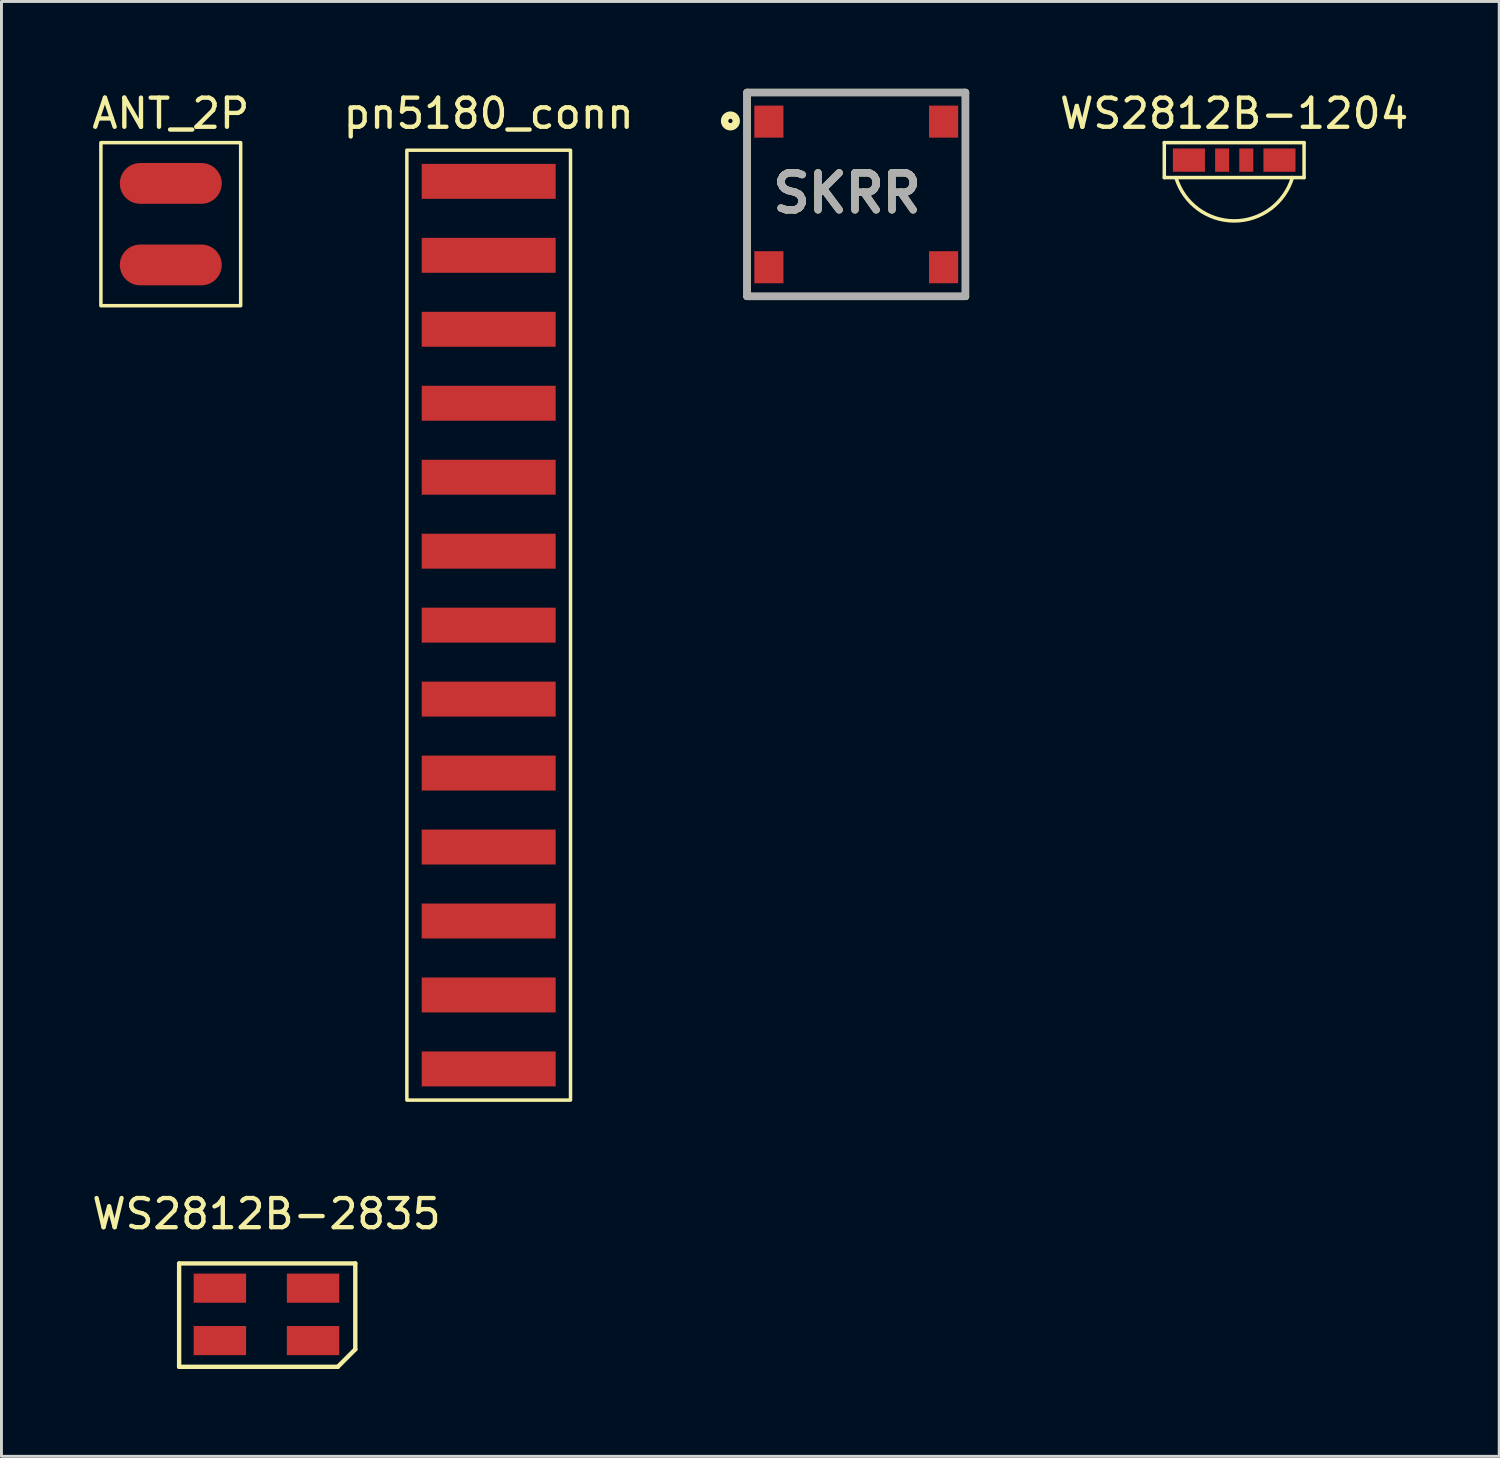
<source format=kicad_pcb>
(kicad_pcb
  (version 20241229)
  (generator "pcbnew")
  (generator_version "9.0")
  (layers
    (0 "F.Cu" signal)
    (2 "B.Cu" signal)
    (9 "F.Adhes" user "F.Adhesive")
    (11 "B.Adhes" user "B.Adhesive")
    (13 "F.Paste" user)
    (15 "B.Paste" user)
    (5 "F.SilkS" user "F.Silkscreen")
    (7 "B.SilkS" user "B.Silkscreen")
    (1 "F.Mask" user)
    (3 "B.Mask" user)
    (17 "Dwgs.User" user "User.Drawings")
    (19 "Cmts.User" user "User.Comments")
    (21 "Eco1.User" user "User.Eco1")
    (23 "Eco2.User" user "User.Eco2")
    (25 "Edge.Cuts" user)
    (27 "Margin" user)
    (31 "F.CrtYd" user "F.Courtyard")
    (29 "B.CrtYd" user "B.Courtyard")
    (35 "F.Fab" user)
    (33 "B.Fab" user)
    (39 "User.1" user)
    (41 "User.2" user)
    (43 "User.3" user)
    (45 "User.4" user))
  (footprint "WS2812B-2835"
    (layer "F.Cu")
    (at 6.101 42.087)
    (property "Reference" "WS2812B-2835" (at 0 -3.45 0) (layer "F.SilkS") (effects (font (size 1 1) (thickness 0.15))))
    (attr smd)
    (fp_line (start -3 -1.75) (end -3 1.8) (stroke (width 0.15) (type solid)) (layer "F.SilkS"))
    (fp_line (start -3 -1.75) (end 3.05 -1.75) (stroke (width 0.15) (type solid)) (layer "F.SilkS"))
    (fp_line (start -3 1.8) (end 2.45 1.8) (stroke (width 0.15) (type solid)) (layer "F.SilkS"))
    (fp_line (start 2.45 1.8) (end 3.05 1.2) (stroke (width 0.15) (type solid)) (layer "F.SilkS"))
    (fp_line (start 3.05 -1.75) (end 3.05 1.2) (stroke (width 0.15) (type solid)) (layer "F.SilkS"))
    (pad "G" smd rect (at 1.6 0.9) (size 1.8 1) (layers "F.Cu" "F.Mask" "F.Paste"))
    (pad "I" smd rect (at 1.6 -0.9) (size 1.8 1) (layers "F.Cu" "F.Mask" "F.Paste"))
    (pad "O" smd rect (at -1.6 0.9) (size 1.8 1) (layers "F.Cu" "F.Mask" "F.Paste"))
    (pad "V" smd rect (at -1.6 -0.9) (size 1.8 1) (layers "F.Cu" "F.Mask" "F.Paste")))
  (footprint "ANT_2P"
    (layer "F.Cu")
    (at 2.815 4.648)
    (property "Reference" "ANT_2P" (at 0 -3.8 0) (layer "F.SilkS") (effects (font (size 1 1) (thickness 0.15))))
    (attr through_hole)
    (fp_rect (start -2.4 -2.8) (end 2.4 2.8) (stroke (width 0.12) (type solid)) (fill no) (layer "F.SilkS"))
    (pad "1" smd oval (at 0 -1.4) (size 3.5 1.4) (layers "F.Cu" "F.Mask" "F.Paste"))
    (pad "2" smd oval (at 0 1.4) (size 3.5 1.4) (layers "F.Cu" "F.Mask" "F.Paste")))
  (footprint "WS2812B-1204"
    (layer "F.Cu")
    (at 39.333 2.448)
    (property "Reference" "WS2812B-1204" (at 0 -1.6 0) (layer "F.SilkS") (effects (font (size 1 1) (thickness 0.15))))
    (attr smd)
    (fp_line (start -2.4 0.6) (end -2.4 -0.6) (stroke (width 0.12) (type solid)) (layer "F.SilkS"))
    (fp_line (start 2.4 -0.6) (end -2.4 -0.6) (stroke (width 0.12) (type solid)) (layer "F.SilkS"))
    (fp_line (start 2.4 -0.6) (end 2.4 0.6) (stroke (width 0.12) (type solid)) (layer "F.SilkS"))
    (fp_line (start 2.4 0.6) (end -2.4 0.6) (stroke (width 0.12) (type solid)) (layer "F.SilkS"))
    (fp_arc (start 2 0.6) (mid 0 2.088061) (end -2 0.6) (stroke (width 0.12) (type solid)) (layer "F.SilkS"))
    (pad "G" smd rect (at 1.555 0) (size 1.1 0.8) (layers "F.Cu" "F.Mask" "F.Paste"))
    (pad "I" smd rect (at 0.415 0) (size 0.48 0.8) (layers "F.Cu" "F.Mask" "F.Paste"))
    (pad "O" smd rect (at -1.555 0) (size 1.1 0.8) (layers "F.Cu" "F.Mask" "F.Paste"))
    (pad "V" smd rect (at -0.415 0) (size 0.48 0.8) (layers "F.Cu" "F.Mask" "F.Paste")))
  (footprint "pn5180_conn"
    (layer "F.Cu")
    (at 13.732 18.418)
    (property "Reference" "pn5180_conn" (at 0 -17.57 0) (layer "F.SilkS") (effects (font (size 1 1) (thickness 0.15))))
    (attr smd)
    (fp_rect (start -2.81 -16.31) (end 2.81 16.31) (stroke (width 0.12) (type solid)) (fill no) (layer "F.SilkS"))
    (pad "1" smd rect (at 0 -15.24) (size 4.6 1.2) (layers "F.Cu" "F.Mask" "F.Paste"))
    (pad "2" smd rect (at 0 -12.7) (size 4.6 1.2) (layers "F.Cu" "F.Mask" "F.Paste"))
    (pad "3" smd rect (at 0 -10.16) (size 4.6 1.2) (layers "F.Cu" "F.Mask" "F.Paste"))
    (pad "4" smd rect (at 0 -7.62) (size 4.6 1.2) (layers "F.Cu" "F.Mask" "F.Paste"))
    (pad "5" smd rect (at 0 -5.08) (size 4.6 1.2) (layers "F.Cu" "F.Mask" "F.Paste"))
    (pad "6" smd rect (at 0 -2.54) (size 4.6 1.2) (layers "F.Cu" "F.Mask" "F.Paste"))
    (pad "7" smd rect (at 0 0) (size 4.6 1.2) (layers "F.Cu" "F.Mask" "F.Paste"))
    (pad "8" smd rect (at 0 2.54) (size 4.6 1.2) (layers "F.Cu" "F.Mask" "F.Paste"))
    (pad "9" smd rect (at 0 5.08) (size 4.6 1.2) (layers "F.Cu" "F.Mask" "F.Paste"))
    (pad "10" smd rect (at 0 7.62) (size 4.6 1.2) (layers "F.Cu" "F.Mask" "F.Paste"))
    (pad "11" smd rect (at 0 10.16) (size 4.6 1.2) (layers "F.Cu" "F.Mask" "F.Paste"))
    (pad "12" smd rect (at 0 12.7) (size 4.6 1.2) (layers "F.Cu" "F.Mask" "F.Paste"))
    (pad "13" smd rect (at 0 15.24) (size 4.6 1.2) (layers "F.Cu" "F.Mask" "F.Paste")))
  (footprint "SKRR"
    (layer "F.Cu")
    (at 26.354 3.627)
    (property "Reference" "SKRR" (at -0.315 -0.046 0) (layer "F.SilkS") (effects (font (size 1.27 1.27) (thickness 0.254))))
    (attr smd)
    (fp_line (start -3.75 -3.5) (end -3.75 3.5) (stroke (width 0.254) (type solid)) (layer "F.SilkS"))
    (fp_line (start -3.75 3.5) (end 3.75 3.5) (stroke (width 0.254) (type solid)) (layer "F.SilkS"))
    (fp_line (start 3.75 -3.5) (end -3.75 -3.5) (stroke (width 0.254) (type solid)) (layer "F.SilkS"))
    (fp_line (start 3.75 3.5) (end 3.75 -3.5) (stroke (width 0.254) (type solid)) (layer "F.SilkS"))
    (fp_circle (center -4.321 -2.524) (end -4.321 -2.451) (stroke (width 0.254) (type solid)) (fill no) (layer "F.SilkS"))
    (fp_line (start -3.75 -3.5) (end 3.75 -3.5) (stroke (width 0.254) (type solid)) (layer "F.Fab"))
    (fp_line (start -3.75 3.5) (end -3.75 -3.5) (stroke (width 0.254) (type solid)) (layer "F.Fab"))
    (fp_line (start 3.75 -3.5) (end 3.75 3.5) (stroke (width 0.254) (type solid)) (layer "F.Fab"))
    (fp_line (start 3.75 3.5) (end -3.75 3.5) (stroke (width 0.254) (type solid)) (layer "F.Fab"))
    (fp_text user "${REFERENCE}" (at -0.315 -0.046 0) (layer "F.Fab") (effects (font (size 1.27 1.27) (thickness 0.254))))
    (pad "1" smd rect (at -3 -2.5) (size 1 1.1) (layers "F.Cu" "F.Mask" "F.Paste"))
    (pad "2" smd rect (at -3 2.5) (size 1 1.1) (layers "F.Cu" "F.Mask" "F.Paste"))
    (pad "3" smd rect (at 3 -2.5) (size 1 1.1) (layers "F.Cu" "F.Mask" "F.Paste"))
    (pad "4" smd rect (at 3 2.5) (size 1 1.1) (layers "F.Cu" "F.Mask" "F.Paste")))
  (gr_rect
    (start -3 -3)
    (end 48.434 46.962)
    (stroke (width 0.1) (type default))
    (fill no)
    (layer "Edge.Cuts")))
</source>
